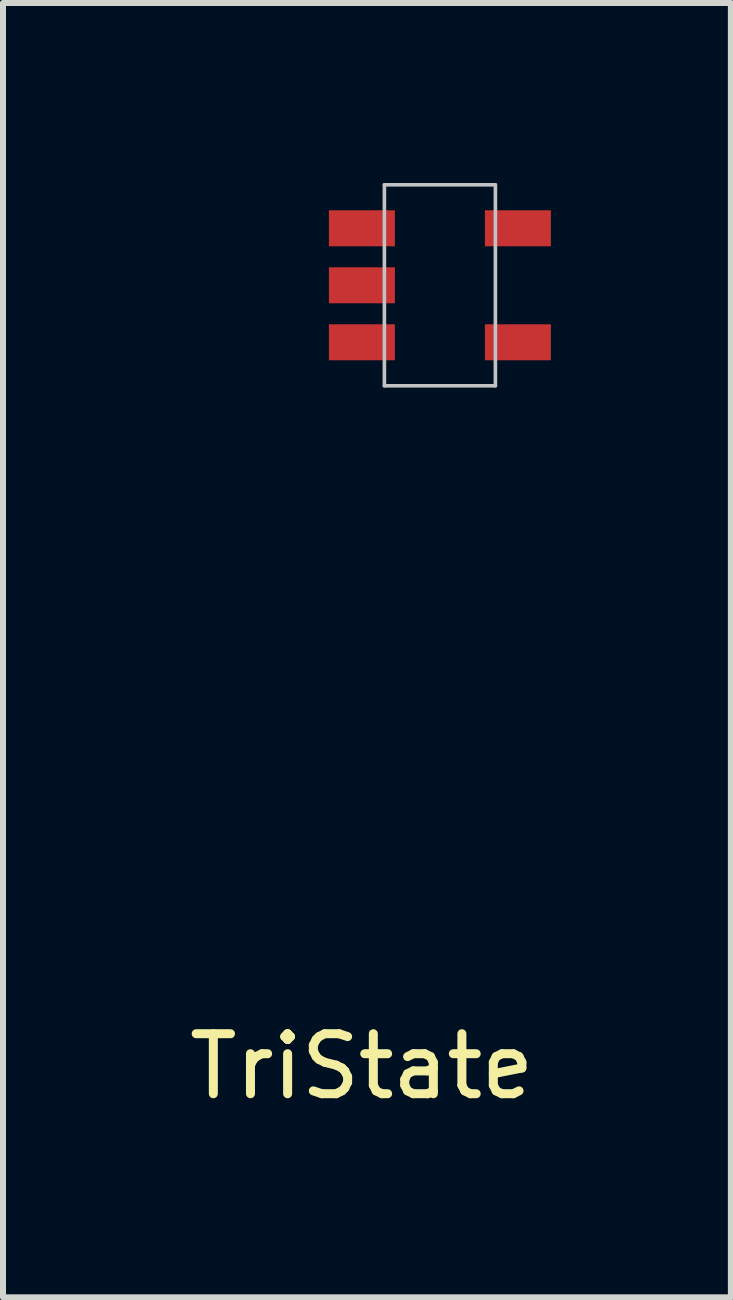
<source format=kicad_pcb>
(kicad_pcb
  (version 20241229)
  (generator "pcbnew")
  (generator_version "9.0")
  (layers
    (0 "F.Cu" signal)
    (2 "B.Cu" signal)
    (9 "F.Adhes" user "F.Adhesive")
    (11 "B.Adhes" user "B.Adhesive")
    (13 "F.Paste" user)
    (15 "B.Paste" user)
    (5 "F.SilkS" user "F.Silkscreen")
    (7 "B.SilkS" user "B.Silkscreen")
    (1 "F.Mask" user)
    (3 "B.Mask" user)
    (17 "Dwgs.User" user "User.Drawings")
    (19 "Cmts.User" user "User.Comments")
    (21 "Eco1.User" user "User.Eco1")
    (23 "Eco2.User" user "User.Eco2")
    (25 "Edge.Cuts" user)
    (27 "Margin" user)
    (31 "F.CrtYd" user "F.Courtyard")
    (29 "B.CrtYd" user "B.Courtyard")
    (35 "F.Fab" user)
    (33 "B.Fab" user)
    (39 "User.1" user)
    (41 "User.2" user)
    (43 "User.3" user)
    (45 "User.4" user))
  (footprint "TriState"
    (layer "F.Cu")
    (at 2.982 0.755)
    (property "Reference" "TriState" (at 0 13.97 0) (layer "F.SilkS") (effects (font (size 1 1) (thickness 0.15))))
    (attr through_hole)
    (fp_line (start 0.375 -0.725) (end 0.375 2.625) (stroke (width 0.06) (type solid)) (layer "Dwgs.User"))
    (fp_line (start 0.375 -0.725) (end 2.225 -0.725) (stroke (width 0.06) (type solid)) (layer "Dwgs.User"))
    (fp_line (start 0.375 2.625) (end 2.225 2.625) (stroke (width 0.06) (type solid)) (layer "Dwgs.User"))
    (fp_line (start 2.225 -0.725) (end 2.225 2.625) (stroke (width 0.06) (type solid)) (layer "Dwgs.User"))
    (pad "1" smd rect (at 0 0) (size 1.1 0.6) (layers "F.Cu" "F.Mask" "F.Paste"))
    (pad "2" smd rect (at 0 0.95) (size 1.1 0.6) (layers "F.Cu" "F.Mask" "F.Paste"))
    (pad "3" smd rect (at 0 1.9) (size 1.1 0.6) (layers "F.Cu" "F.Mask" "F.Paste"))
    (pad "4" smd rect (at 2.6 1.9) (size 1.1 0.6) (layers "F.Cu" "F.Mask" "F.Paste"))
    (pad "5" smd rect (at 2.6 0) (size 1.1 0.6) (layers "F.Cu" "F.Mask" "F.Paste")))
  (gr_rect
    (start -3 -3)
    (end 9.132 18.573)
    (stroke (width 0.1) (type default))
    (fill no)
    (layer "Edge.Cuts")))
</source>
